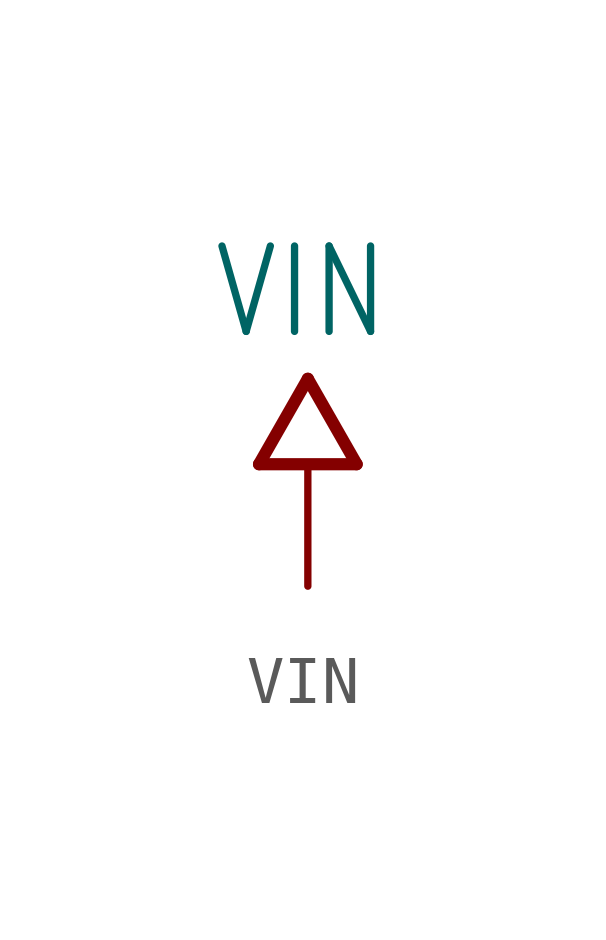
<source format=kicad_sym>
(kicad_symbol_lib
  (version 20211014)
  (generator kicad_symbol_editor)
  (symbol "VIN"
    (power)
    (property "Reference" "#PWR"
      (at 0 0 0)
      (effects (font (size 1.27 1.27)) hide))
    (property "Value" "VIN"
      (at -2.032 2.54 0)
      (effects (font (size 1.778 1.511)) (justify left bottom)))
    (symbol "VIN_1_0"
      (polyline (pts (xy -1.016 0) (xy 0 1.778)) (stroke (width 0.254) (type default) (color 0 0 0 0)) (fill (type none)))
      (polyline (pts (xy -1.016 0) (xy 1.016 0)) (stroke (width 0.254) (type default) (color 0 0 0 0)) (fill (type none)))
      (polyline (pts (xy 0 1.778) (xy 1.016 0)) (stroke (width 0.254) (type default) (color 0 0 0 0)) (fill (type none)))
      (pin power_in line (at 0 -2.54 90) (length 2.54) (name "VIN" (effects (font (size 0 0)))) (number "1" (effects (font (size 0 0))))))))
</source>
